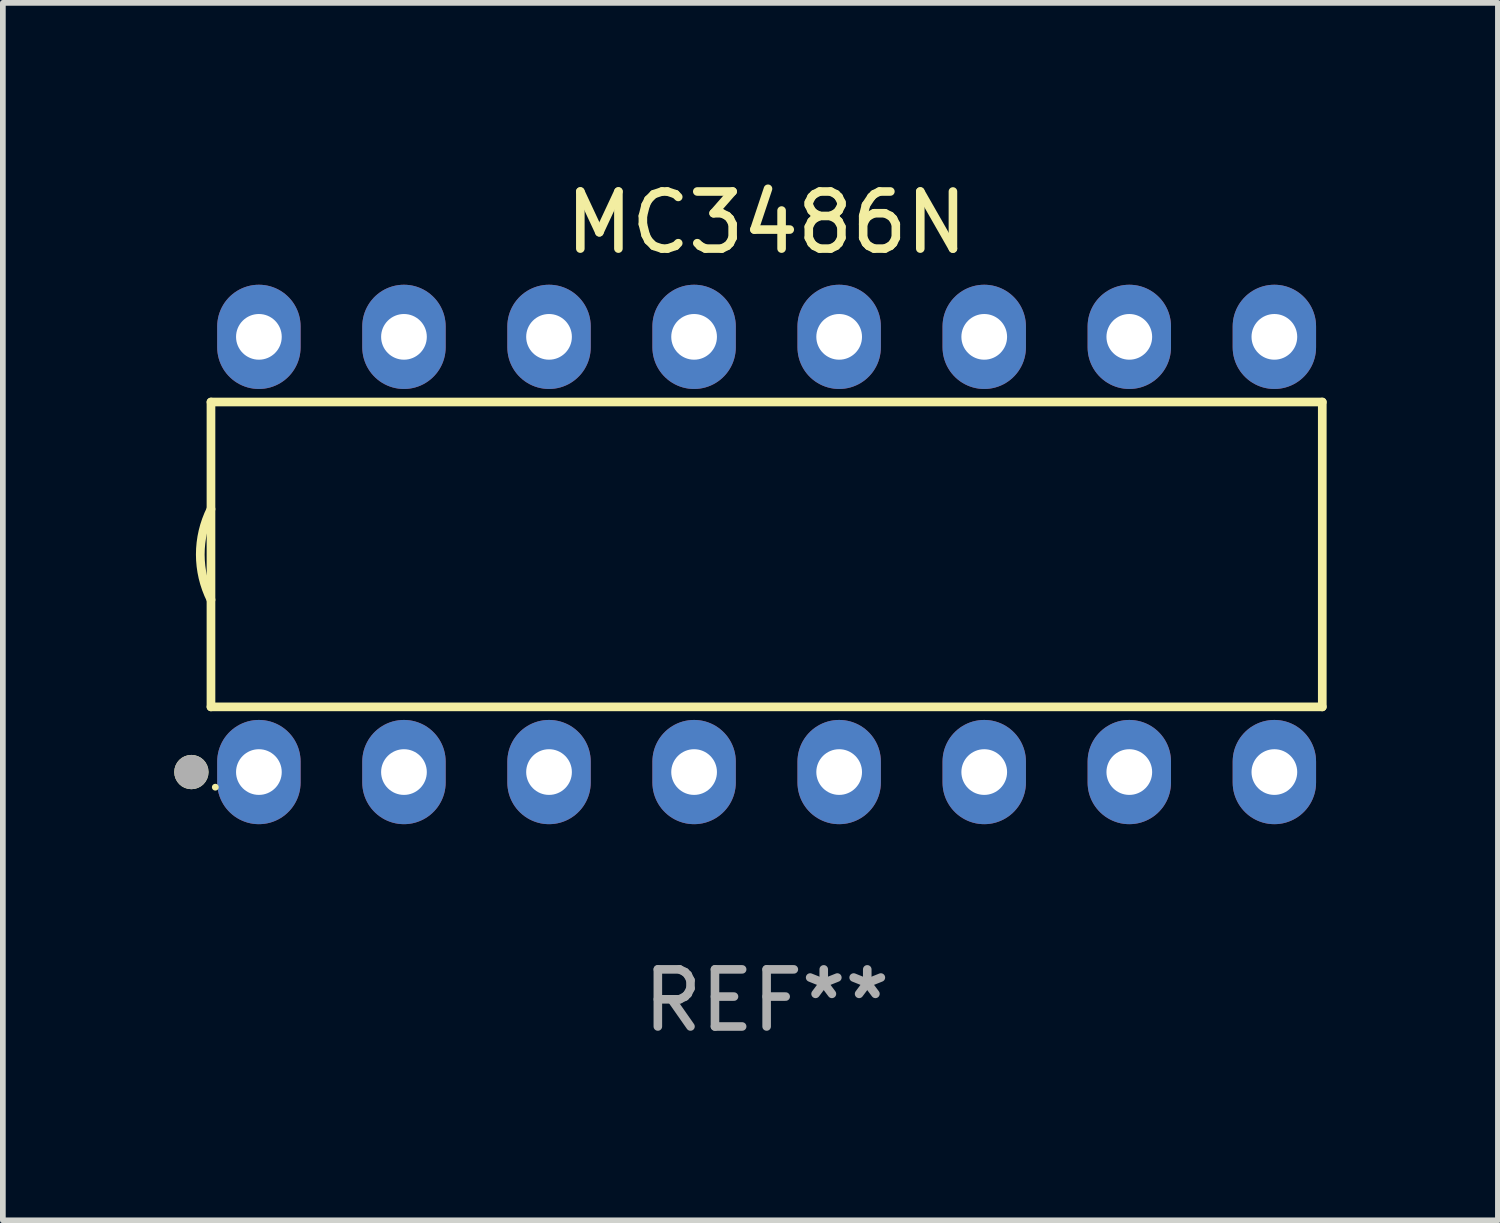
<source format=kicad_pcb>
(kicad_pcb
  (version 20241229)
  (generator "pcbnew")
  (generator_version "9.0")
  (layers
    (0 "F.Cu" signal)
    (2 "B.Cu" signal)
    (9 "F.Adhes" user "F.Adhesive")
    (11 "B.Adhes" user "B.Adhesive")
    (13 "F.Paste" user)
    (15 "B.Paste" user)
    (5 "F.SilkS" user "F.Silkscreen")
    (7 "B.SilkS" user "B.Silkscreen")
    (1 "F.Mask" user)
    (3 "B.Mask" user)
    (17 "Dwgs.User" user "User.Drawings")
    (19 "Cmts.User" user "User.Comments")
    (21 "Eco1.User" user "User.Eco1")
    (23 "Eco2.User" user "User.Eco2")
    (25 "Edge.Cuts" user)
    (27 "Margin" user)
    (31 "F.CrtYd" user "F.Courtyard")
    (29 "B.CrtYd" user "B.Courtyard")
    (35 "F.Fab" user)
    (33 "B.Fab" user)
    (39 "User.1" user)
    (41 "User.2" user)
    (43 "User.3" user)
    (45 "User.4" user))
  (footprint "MC3486N"
    (layer "F.Cu")
    (at 10.373 6.658)
    (property "Reference" "MC3486N" (at 0 -5.81 0) (layer "F.SilkS") (effects (font (size 1 1) (thickness 0.15))))
    (attr through_hole)
    (fp_line (start -9.729 -2.669) (end 9.729 -2.669) (stroke (width 0.152) (type solid)) (layer "F.SilkS"))
    (fp_line (start -9.729 2.669) (end -9.729 -2.669) (stroke (width 0.152) (type solid)) (layer "F.SilkS"))
    (fp_line (start 9.729 -2.669) (end 9.729 2.669) (stroke (width 0.152) (type solid)) (layer "F.SilkS"))
    (fp_line (start 9.729 2.669) (end -9.729 2.669) (stroke (width 0.152) (type solid)) (layer "F.SilkS"))
    (fp_arc (start -9.728727 0.793751) (mid -9.916106 0) (end -9.728727 -0.793752) (stroke (width 0.1524) (type solid)) (layer "F.SilkS"))
    (fp_circle (center -10.072 3.81) (end -9.922 3.81) (stroke (width 0.3) (type solid)) (fill no) (layer "F.SilkS"))
    (fp_circle (center -9.653 4.075) (end -9.623 4.075) (stroke (width 0.06) (type solid)) (fill no) (layer "F.SilkS"))
    (fp_circle (center -10.072 3.81) (end -9.922 3.81) (stroke (width 0.3) (type solid)) (fill no) (layer "F.Fab"))
    (fp_text user "REF**" (at 0 7.81 0) (layer "F.Fab") (effects (font (size 1 1) (thickness 0.15))))
    (pad "1" thru_hole oval (at -8.89 3.81) (size 1.46 1.825) (drill 0.8) (layers "*.Cu" "*.Mask"))
    (pad "2" thru_hole oval (at -6.35 3.81) (size 1.46 1.825) (drill 0.8) (layers "*.Cu" "*.Mask"))
    (pad "3" thru_hole oval (at -3.81 3.81) (size 1.46 1.825) (drill 0.8) (layers "*.Cu" "*.Mask"))
    (pad "4" thru_hole oval (at -1.27 3.81) (size 1.46 1.825) (drill 0.8) (layers "*.Cu" "*.Mask"))
    (pad "5" thru_hole oval (at 1.27 3.81) (size 1.46 1.825) (drill 0.8) (layers "*.Cu" "*.Mask"))
    (pad "6" thru_hole oval (at 3.81 3.81) (size 1.46 1.825) (drill 0.8) (layers "*.Cu" "*.Mask"))
    (pad "7" thru_hole oval (at 6.35 3.81) (size 1.46 1.825) (drill 0.8) (layers "*.Cu" "*.Mask"))
    (pad "8" thru_hole oval (at 8.89 3.81) (size 1.46 1.825) (drill 0.8) (layers "*.Cu" "*.Mask"))
    (pad "9" thru_hole oval (at 8.89 -3.81) (size 1.46 1.825) (drill 0.8) (layers "*.Cu" "*.Mask"))
    (pad "10" thru_hole oval (at 6.35 -3.81) (size 1.46 1.825) (drill 0.8) (layers "*.Cu" "*.Mask"))
    (pad "11" thru_hole oval (at 3.81 -3.81) (size 1.46 1.825) (drill 0.8) (layers "*.Cu" "*.Mask"))
    (pad "12" thru_hole oval (at 1.27 -3.81) (size 1.46 1.825) (drill 0.8) (layers "*.Cu" "*.Mask"))
    (pad "13" thru_hole oval (at -1.27 -3.81) (size 1.46 1.825) (drill 0.8) (layers "*.Cu" "*.Mask"))
    (pad "14" thru_hole oval (at -3.81 -3.81) (size 1.46 1.825) (drill 0.8) (layers "*.Cu" "*.Mask"))
    (pad "15" thru_hole oval (at -6.35 -3.81) (size 1.46 1.825) (drill 0.8) (layers "*.Cu" "*.Mask"))
    (pad "16" thru_hole oval (at -8.89 -3.81) (size 1.46 1.825) (drill 0.8) (layers "*.Cu" "*.Mask")))
  (gr_rect
    (start -3 -3)
    (end 23.177 18.317)
    (stroke (width 0.1) (type default))
    (fill no)
    (layer "Edge.Cuts")))
</source>
